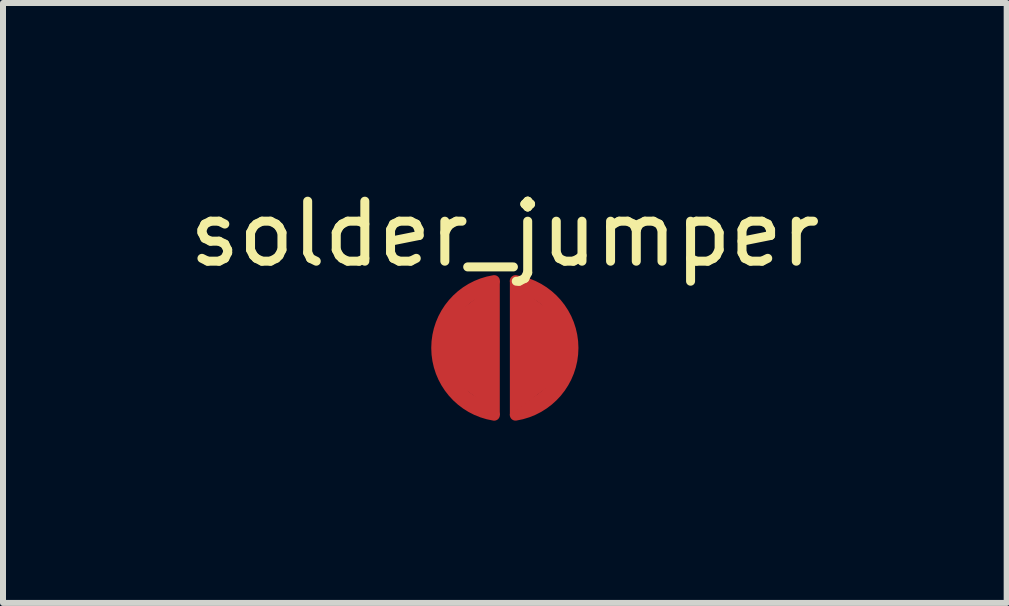
<source format=kicad_pcb>
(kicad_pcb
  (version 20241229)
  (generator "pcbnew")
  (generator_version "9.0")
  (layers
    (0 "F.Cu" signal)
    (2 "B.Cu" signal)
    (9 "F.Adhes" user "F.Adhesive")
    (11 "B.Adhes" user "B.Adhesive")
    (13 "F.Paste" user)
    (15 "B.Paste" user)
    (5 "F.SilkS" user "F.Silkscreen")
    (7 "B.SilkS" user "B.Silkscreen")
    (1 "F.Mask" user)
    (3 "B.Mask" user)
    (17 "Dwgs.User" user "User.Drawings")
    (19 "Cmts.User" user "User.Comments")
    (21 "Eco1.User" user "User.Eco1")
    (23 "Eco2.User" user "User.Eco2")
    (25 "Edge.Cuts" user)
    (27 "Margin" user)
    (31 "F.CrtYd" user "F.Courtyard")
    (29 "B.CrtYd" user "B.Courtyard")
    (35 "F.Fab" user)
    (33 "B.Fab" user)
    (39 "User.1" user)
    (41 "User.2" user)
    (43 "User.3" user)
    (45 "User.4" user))
  (footprint "solder_jumper"
    (layer "F.Cu")
    (at 5.363 2.748)
    (property "Reference" "solder_jumper" (at 0 -1.9 0) (layer "F.SilkS") (effects (font (size 1 1) (thickness 0.15))))
    (attr through_hole)
    (fp_arc (start -0.3 1) (mid -1.044031 0.000014) (end -0.300026 -0.999992) (stroke (width 0.2) (type solid)) (layer "F.Cu"))
    (fp_arc (start -0.1778 1.1176) (mid -1.131655 0) (end -0.177799 -1.1176) (stroke (width 0.19) (type solid)) (layer "F.Cu"))
    (fp_arc (start 0.1778 -1.1176) (mid 1.131342 -0.000475) (end 0.178112 1.116916) (stroke (width 0.19) (type solid)) (layer "F.Cu"))
    (fp_arc (start 0.3 -1) (mid 1.044031 -0.000014) (end 0.300026 0.999992) (stroke (width 0.2) (type solid)) (layer "F.Cu"))
    (fp_circle (center 0 0) (end 0.625 0) (stroke (width 1.25) (type solid)) (fill no) (layer "F.Mask"))
    (pad "1" smd trapezoid (at -0.584 0) (size 1 1.5) (rect_delta -0.75 0) (layers "F.Cu" "F.Mask"))
    (pad "2" smd trapezoid (at 0.584 0) (size 1 1.5) (rect_delta 0.75 0) (layers "F.Cu" "F.Mask")))
  (gr_rect
    (start -3 -3)
    (end 13.726 6.998)
    (stroke (width 0.1) (type default))
    (fill no)
    (layer "Edge.Cuts")))
</source>
